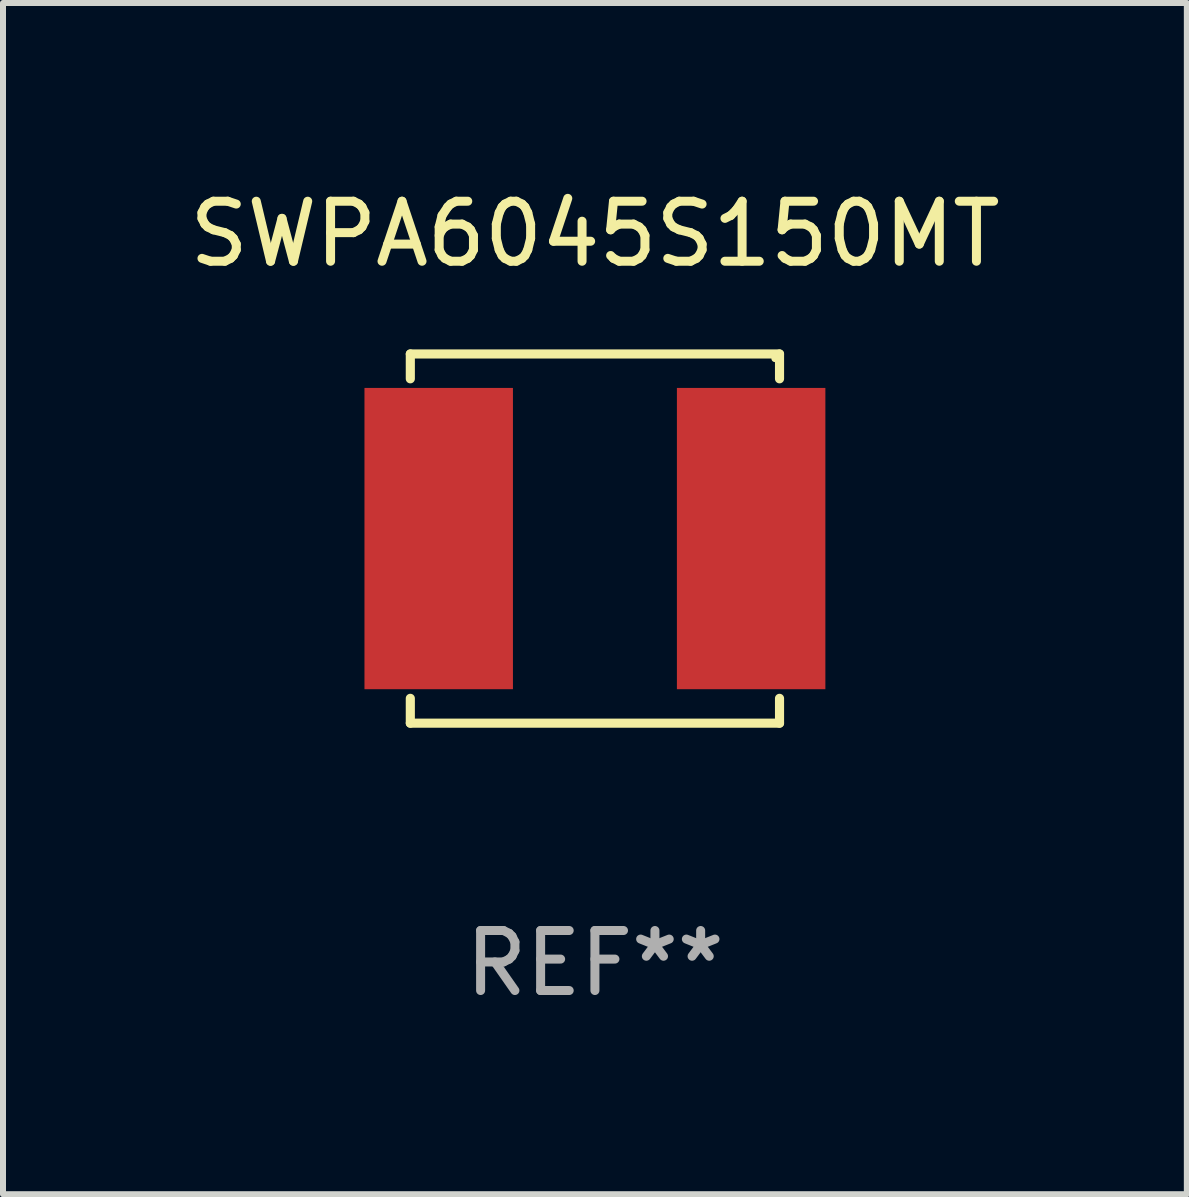
<source format=kicad_pcb>
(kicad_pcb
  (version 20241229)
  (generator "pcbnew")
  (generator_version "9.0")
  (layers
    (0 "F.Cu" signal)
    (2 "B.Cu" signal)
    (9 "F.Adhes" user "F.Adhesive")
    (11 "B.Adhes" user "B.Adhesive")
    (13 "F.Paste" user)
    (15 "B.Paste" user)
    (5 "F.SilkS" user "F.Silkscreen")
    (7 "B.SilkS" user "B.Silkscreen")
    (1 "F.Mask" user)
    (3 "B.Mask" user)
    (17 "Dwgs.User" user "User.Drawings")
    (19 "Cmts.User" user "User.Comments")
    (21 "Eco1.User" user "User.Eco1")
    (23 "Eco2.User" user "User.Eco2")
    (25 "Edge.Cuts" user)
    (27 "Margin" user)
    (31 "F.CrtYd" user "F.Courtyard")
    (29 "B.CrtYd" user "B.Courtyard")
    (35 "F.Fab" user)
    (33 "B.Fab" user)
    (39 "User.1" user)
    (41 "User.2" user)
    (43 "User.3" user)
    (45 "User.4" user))
  (footprint "SWPA6045S150MT"
    (layer "F.Cu")
    (at 6.863 5.924)
    (property "Reference" "SWPA6045S150MT" (at 0 -5.076 0) (layer "F.SilkS") (effects (font (size 1 1) (thickness 0.15))))
    (attr through_hole)
    (fp_line (start -3.076 -3.076) (end 3.076 -3.076) (stroke (width 0.152) (type solid)) (layer "F.SilkS"))
    (fp_line (start -3.076 -2.662) (end -3.076 -3.076) (stroke (width 0.152) (type solid)) (layer "F.SilkS"))
    (fp_line (start -3.076 2.662) (end -3.076 3.076) (stroke (width 0.152) (type solid)) (layer "F.SilkS"))
    (fp_line (start -3.076 3.076) (end 3.076 3.076) (stroke (width 0.152) (type solid)) (layer "F.SilkS"))
    (fp_line (start 3.076 -3.076) (end 3.076 -2.662) (stroke (width 0.152) (type solid)) (layer "F.SilkS"))
    (fp_line (start 3.076 3.076) (end 3.076 2.662) (stroke (width 0.152) (type solid)) (layer "F.SilkS"))
    (fp_circle (center 3 -3) (end 3.03 -3) (stroke (width 0.06) (type solid)) (fill no) (layer "F.SilkS"))
    (fp_text user "REF**" (at 0 7.076 0) (layer "F.Fab") (effects (font (size 1 1) (thickness 0.15))))
    (pad "1" smd rect (at 2.603 0) (size 2.474 5.02) (layers "F.Cu" "F.Mask" "F.Paste"))
    (pad "2" smd rect (at -2.603 0) (size 2.474 5.02) (layers "F.Cu" "F.Mask" "F.Paste")))
  (gr_rect
    (start -3 -3)
    (end 16.726 16.849)
    (stroke (width 0.1) (type default))
    (fill no)
    (layer "Edge.Cuts")))
</source>
